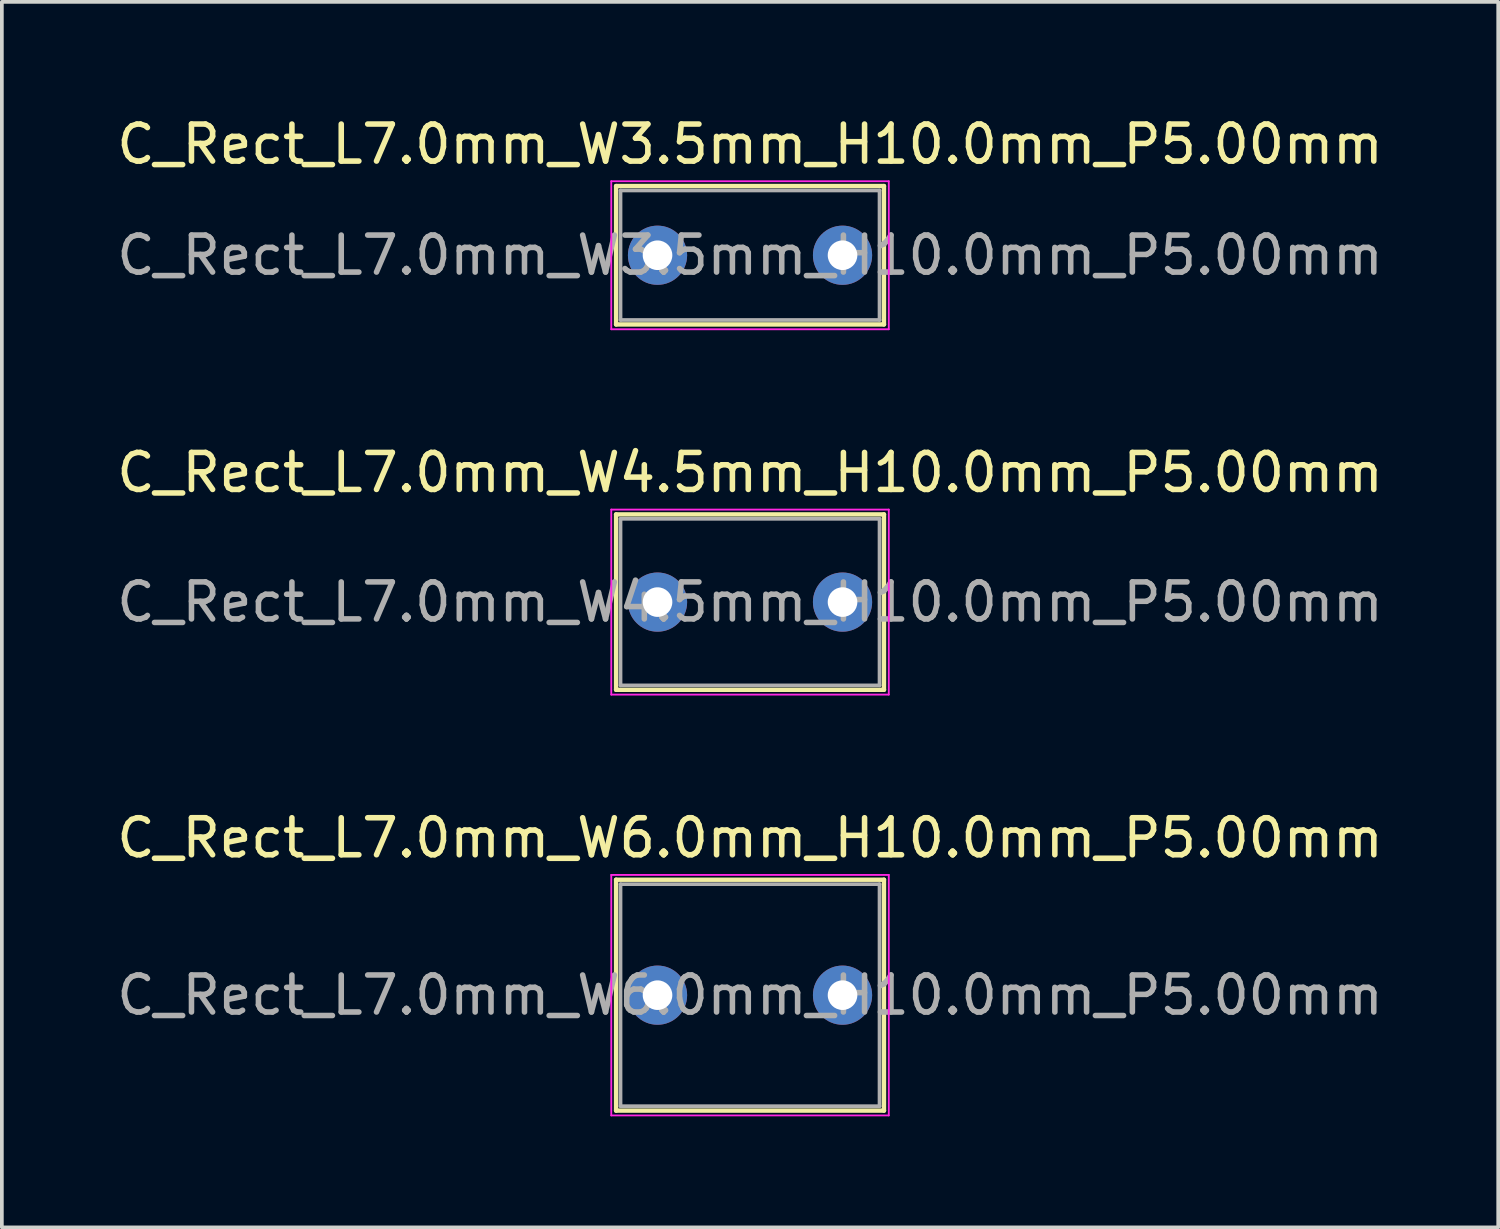
<source format=kicad_pcb>
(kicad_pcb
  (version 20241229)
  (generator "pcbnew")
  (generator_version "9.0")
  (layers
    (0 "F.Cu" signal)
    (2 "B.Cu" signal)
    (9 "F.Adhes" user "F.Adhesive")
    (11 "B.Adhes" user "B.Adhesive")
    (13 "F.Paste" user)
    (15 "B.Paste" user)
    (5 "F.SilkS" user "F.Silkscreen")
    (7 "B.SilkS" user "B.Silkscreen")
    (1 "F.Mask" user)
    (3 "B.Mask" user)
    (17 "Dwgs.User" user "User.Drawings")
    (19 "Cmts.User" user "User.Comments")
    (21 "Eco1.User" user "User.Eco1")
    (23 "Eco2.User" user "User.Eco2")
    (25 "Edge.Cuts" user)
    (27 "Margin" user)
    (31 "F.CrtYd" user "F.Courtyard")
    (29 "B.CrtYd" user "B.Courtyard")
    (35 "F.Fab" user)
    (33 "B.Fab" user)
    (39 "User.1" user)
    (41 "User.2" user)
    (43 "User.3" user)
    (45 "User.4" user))
  (footprint "C_Rect_L7.0mm_W6.0mm_H10.0mm_P5.00mm"
    (layer "F.Cu")
    (at 14.72 23.845)
    (property "Reference" "C_Rect_L7.0mm_W6.0mm_H10.0mm_P5.00mm" (at 2.5 -4.25 0) (layer "F.SilkS") (effects (font (size 1 1) (thickness 0.15))))
    (attr through_hole)
    (fp_line (start -1.12 -3.12) (end -1.12 3.12) (stroke (width 0.12) (type solid)) (layer "F.SilkS"))
    (fp_line (start -1.12 -3.12) (end 6.12 -3.12) (stroke (width 0.12) (type solid)) (layer "F.SilkS"))
    (fp_line (start -1.12 3.12) (end 6.12 3.12) (stroke (width 0.12) (type solid)) (layer "F.SilkS"))
    (fp_line (start 6.12 -3.12) (end 6.12 3.12) (stroke (width 0.12) (type solid)) (layer "F.SilkS"))
    (fp_line (start -1.25 -3.25) (end -1.25 3.25) (stroke (width 0.05) (type solid)) (layer "F.CrtYd"))
    (fp_line (start -1.25 3.25) (end 6.25 3.25) (stroke (width 0.05) (type solid)) (layer "F.CrtYd"))
    (fp_line (start 6.25 -3.25) (end -1.25 -3.25) (stroke (width 0.05) (type solid)) (layer "F.CrtYd"))
    (fp_line (start 6.25 3.25) (end 6.25 -3.25) (stroke (width 0.05) (type solid)) (layer "F.CrtYd"))
    (fp_line (start -1 -3) (end -1 3) (stroke (width 0.1) (type solid)) (layer "F.Fab"))
    (fp_line (start -1 3) (end 6 3) (stroke (width 0.1) (type solid)) (layer "F.Fab"))
    (fp_line (start 6 -3) (end -1 -3) (stroke (width 0.1) (type solid)) (layer "F.Fab"))
    (fp_line (start 6 3) (end 6 -3) (stroke (width 0.1) (type solid)) (layer "F.Fab"))
    (fp_text user "${REFERENCE}" (at 2.5 0 0) (layer "F.Fab") (effects (font (size 1 1) (thickness 0.15))))
    (pad "1" thru_hole circle (at 0 0) (size 1.6 1.6) (drill 0.8) (layers "*.Cu" "*.Mask"))
    (pad "2" thru_hole circle (at 5 0) (size 1.6 1.6) (drill 0.8) (layers "*.Cu" "*.Mask")))
  (footprint "C_Rect_L7.0mm_W3.5mm_H10.0mm_P5.00mm"
    (layer "F.Cu")
    (at 14.72 3.848)
    (property "Reference" "C_Rect_L7.0mm_W3.5mm_H10.0mm_P5.00mm" (at 2.5 -3 0) (layer "F.SilkS") (effects (font (size 1 1) (thickness 0.15))))
    (attr through_hole)
    (fp_line (start -1.12 -1.87) (end -1.12 1.87) (stroke (width 0.12) (type solid)) (layer "F.SilkS"))
    (fp_line (start -1.12 -1.87) (end 6.12 -1.87) (stroke (width 0.12) (type solid)) (layer "F.SilkS"))
    (fp_line (start -1.12 1.87) (end 6.12 1.87) (stroke (width 0.12) (type solid)) (layer "F.SilkS"))
    (fp_line (start 6.12 -1.87) (end 6.12 1.87) (stroke (width 0.12) (type solid)) (layer "F.SilkS"))
    (fp_line (start -1.25 -2) (end -1.25 2) (stroke (width 0.05) (type solid)) (layer "F.CrtYd"))
    (fp_line (start -1.25 2) (end 6.25 2) (stroke (width 0.05) (type solid)) (layer "F.CrtYd"))
    (fp_line (start 6.25 -2) (end -1.25 -2) (stroke (width 0.05) (type solid)) (layer "F.CrtYd"))
    (fp_line (start 6.25 2) (end 6.25 -2) (stroke (width 0.05) (type solid)) (layer "F.CrtYd"))
    (fp_line (start -1 -1.75) (end -1 1.75) (stroke (width 0.1) (type solid)) (layer "F.Fab"))
    (fp_line (start -1 1.75) (end 6 1.75) (stroke (width 0.1) (type solid)) (layer "F.Fab"))
    (fp_line (start 6 -1.75) (end -1 -1.75) (stroke (width 0.1) (type solid)) (layer "F.Fab"))
    (fp_line (start 6 1.75) (end 6 -1.75) (stroke (width 0.1) (type solid)) (layer "F.Fab"))
    (fp_text user "${REFERENCE}" (at 2.5 0 0) (layer "F.Fab") (effects (font (size 1 1) (thickness 0.15))))
    (pad "1" thru_hole circle (at 0 0) (size 1.6 1.6) (drill 0.8) (layers "*.Cu" "*.Mask"))
    (pad "2" thru_hole circle (at 5 0) (size 1.6 1.6) (drill 0.8) (layers "*.Cu" "*.Mask")))
  (footprint "C_Rect_L7.0mm_W4.5mm_H10.0mm_P5.00mm"
    (layer "F.Cu")
    (at 14.72 13.222)
    (property "Reference" "C_Rect_L7.0mm_W4.5mm_H10.0mm_P5.00mm" (at 2.5 -3.5 0) (layer "F.SilkS") (effects (font (size 1 1) (thickness 0.15))))
    (attr through_hole)
    (fp_line (start -1.12 -2.37) (end -1.12 2.37) (stroke (width 0.12) (type solid)) (layer "F.SilkS"))
    (fp_line (start -1.12 -2.37) (end 6.12 -2.37) (stroke (width 0.12) (type solid)) (layer "F.SilkS"))
    (fp_line (start -1.12 2.37) (end 6.12 2.37) (stroke (width 0.12) (type solid)) (layer "F.SilkS"))
    (fp_line (start 6.12 -2.37) (end 6.12 2.37) (stroke (width 0.12) (type solid)) (layer "F.SilkS"))
    (fp_line (start -1.25 -2.5) (end -1.25 2.5) (stroke (width 0.05) (type solid)) (layer "F.CrtYd"))
    (fp_line (start -1.25 2.5) (end 6.25 2.5) (stroke (width 0.05) (type solid)) (layer "F.CrtYd"))
    (fp_line (start 6.25 -2.5) (end -1.25 -2.5) (stroke (width 0.05) (type solid)) (layer "F.CrtYd"))
    (fp_line (start 6.25 2.5) (end 6.25 -2.5) (stroke (width 0.05) (type solid)) (layer "F.CrtYd"))
    (fp_line (start -1 -2.25) (end -1 2.25) (stroke (width 0.1) (type solid)) (layer "F.Fab"))
    (fp_line (start -1 2.25) (end 6 2.25) (stroke (width 0.1) (type solid)) (layer "F.Fab"))
    (fp_line (start 6 -2.25) (end -1 -2.25) (stroke (width 0.1) (type solid)) (layer "F.Fab"))
    (fp_line (start 6 2.25) (end 6 -2.25) (stroke (width 0.1) (type solid)) (layer "F.Fab"))
    (fp_text user "${REFERENCE}" (at 2.5 0 0) (layer "F.Fab") (effects (font (size 1 1) (thickness 0.15))))
    (pad "1" thru_hole circle (at 0 0) (size 1.6 1.6) (drill 0.8) (layers "*.Cu" "*.Mask"))
    (pad "2" thru_hole circle (at 5 0) (size 1.6 1.6) (drill 0.8) (layers "*.Cu" "*.Mask")))
  (gr_rect
    (start -3 -3)
    (end 37.44 30.12)
    (stroke (width 0.1) (type default))
    (fill no)
    (layer "Edge.Cuts")))
</source>
